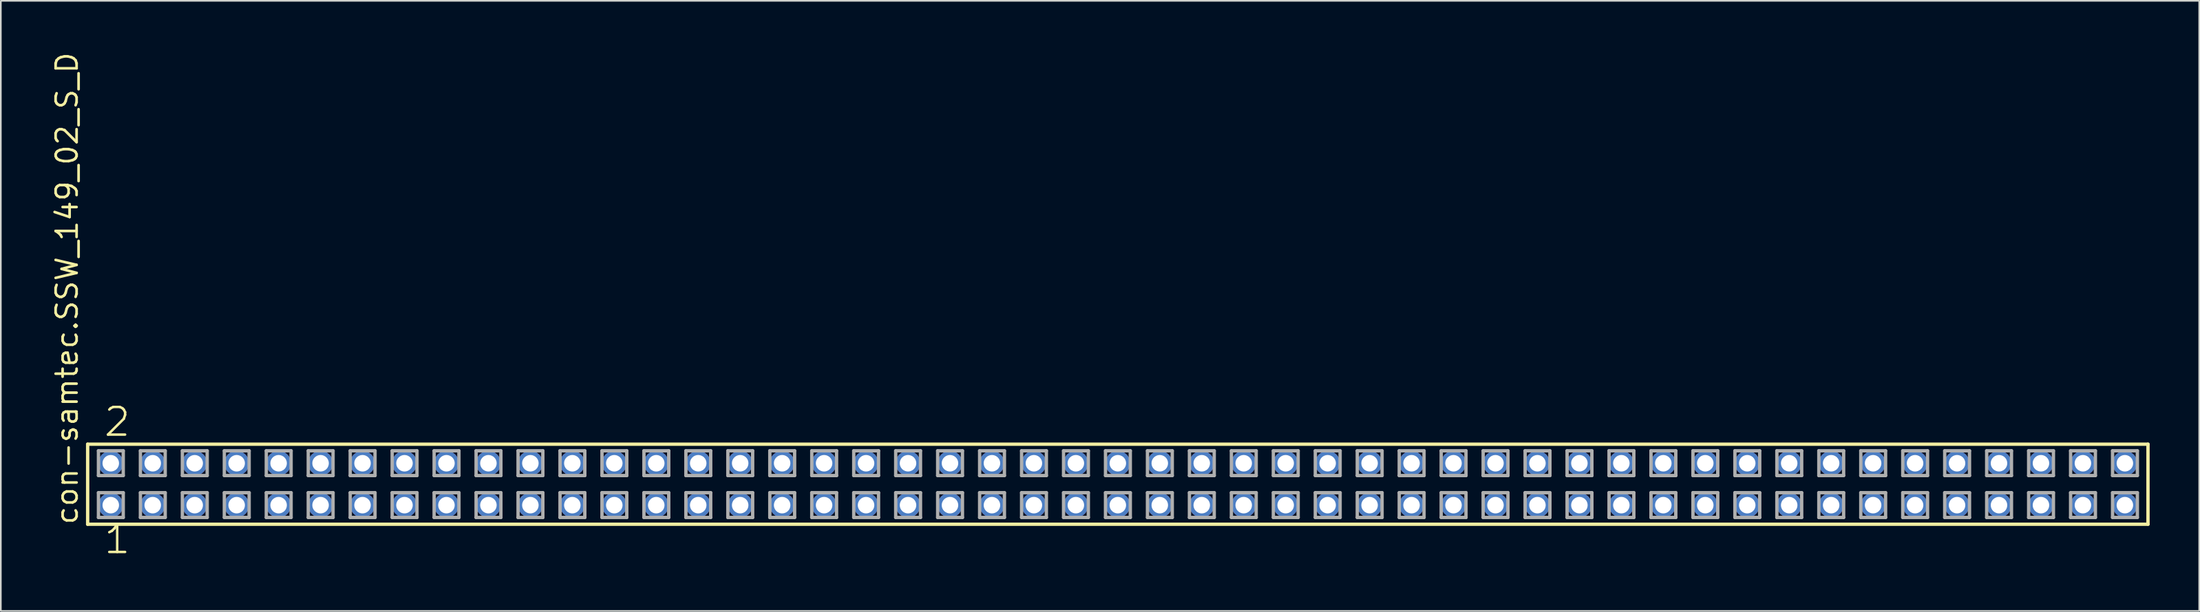
<source format=kicad_pcb>
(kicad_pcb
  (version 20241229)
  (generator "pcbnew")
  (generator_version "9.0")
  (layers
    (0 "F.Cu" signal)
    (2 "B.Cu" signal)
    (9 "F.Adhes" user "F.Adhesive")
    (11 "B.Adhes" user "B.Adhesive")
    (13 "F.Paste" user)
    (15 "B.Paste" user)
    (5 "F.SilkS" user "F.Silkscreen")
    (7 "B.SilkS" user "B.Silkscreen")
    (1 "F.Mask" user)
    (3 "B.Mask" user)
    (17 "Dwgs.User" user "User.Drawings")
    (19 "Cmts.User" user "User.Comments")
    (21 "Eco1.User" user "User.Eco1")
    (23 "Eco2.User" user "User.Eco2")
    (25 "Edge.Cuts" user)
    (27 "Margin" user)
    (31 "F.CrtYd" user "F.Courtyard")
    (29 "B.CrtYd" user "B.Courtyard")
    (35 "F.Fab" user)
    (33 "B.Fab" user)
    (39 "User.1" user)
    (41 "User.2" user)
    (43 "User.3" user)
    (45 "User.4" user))
  (footprint "con-samtec.SSW_149_02_S_D"
    (layer "F.Cu")
    (at 64.615 26.291)
    (property "Reference" "con-samtec.SSW_149_02_S_D" (at -62.865 2.54 90) (layer "F.SilkS") (effects (font (size 1.27 1.27) (thickness 0.16)) (justify left bottom)))
    (attr through_hole)
    (fp_line (start -62.359 -2.425) (end 62.359 -2.425) (stroke (width 0.203) (type default)) (layer "F.SilkS"))
    (fp_line (start -62.359 2.425) (end -62.359 -2.425) (stroke (width 0.203) (type default)) (layer "F.SilkS"))
    (fp_line (start 62.359 -2.425) (end 62.359 2.425) (stroke (width 0.203) (type default)) (layer "F.SilkS"))
    (fp_line (start 62.359 2.425) (end -62.359 2.425) (stroke (width 0.203) (type default)) (layer "F.SilkS"))
    (fp_line (start -61.705 -2.025) (end -60.205 -2.025) (stroke (width 0.203) (type default)) (layer "F.Fab"))
    (fp_line (start -61.705 -0.525) (end -61.705 -2.025) (stroke (width 0.203) (type default)) (layer "F.Fab"))
    (fp_line (start -61.705 0.515) (end -60.205 0.515) (stroke (width 0.203) (type default)) (layer "F.Fab"))
    (fp_line (start -61.705 2.015) (end -61.705 0.515) (stroke (width 0.203) (type default)) (layer "F.Fab"))
    (fp_line (start -60.205 -2.025) (end -60.205 -0.525) (stroke (width 0.203) (type default)) (layer "F.Fab"))
    (fp_line (start -60.205 -0.525) (end -61.705 -0.525) (stroke (width 0.203) (type default)) (layer "F.Fab"))
    (fp_line (start -60.205 0.515) (end -60.205 2.015) (stroke (width 0.203) (type default)) (layer "F.Fab"))
    (fp_line (start -60.205 2.015) (end -61.705 2.015) (stroke (width 0.203) (type default)) (layer "F.Fab"))
    (fp_line (start -59.165 -2.025) (end -57.665 -2.025) (stroke (width 0.203) (type default)) (layer "F.Fab"))
    (fp_line (start -59.165 -0.525) (end -59.165 -2.025) (stroke (width 0.203) (type default)) (layer "F.Fab"))
    (fp_line (start -59.165 0.515) (end -57.665 0.515) (stroke (width 0.203) (type default)) (layer "F.Fab"))
    (fp_line (start -59.165 2.015) (end -59.165 0.515) (stroke (width 0.203) (type default)) (layer "F.Fab"))
    (fp_line (start -57.665 -2.025) (end -57.665 -0.525) (stroke (width 0.203) (type default)) (layer "F.Fab"))
    (fp_line (start -57.665 -0.525) (end -59.165 -0.525) (stroke (width 0.203) (type default)) (layer "F.Fab"))
    (fp_line (start -57.665 0.515) (end -57.665 2.015) (stroke (width 0.203) (type default)) (layer "F.Fab"))
    (fp_line (start -57.665 2.015) (end -59.165 2.015) (stroke (width 0.203) (type default)) (layer "F.Fab"))
    (fp_line (start -56.625 -2.025) (end -55.125 -2.025) (stroke (width 0.203) (type default)) (layer "F.Fab"))
    (fp_line (start -56.625 -0.525) (end -56.625 -2.025) (stroke (width 0.203) (type default)) (layer "F.Fab"))
    (fp_line (start -56.625 0.515) (end -55.125 0.515) (stroke (width 0.203) (type default)) (layer "F.Fab"))
    (fp_line (start -56.625 2.015) (end -56.625 0.515) (stroke (width 0.203) (type default)) (layer "F.Fab"))
    (fp_line (start -55.125 -2.025) (end -55.125 -0.525) (stroke (width 0.203) (type default)) (layer "F.Fab"))
    (fp_line (start -55.125 -0.525) (end -56.625 -0.525) (stroke (width 0.203) (type default)) (layer "F.Fab"))
    (fp_line (start -55.125 0.515) (end -55.125 2.015) (stroke (width 0.203) (type default)) (layer "F.Fab"))
    (fp_line (start -55.125 2.015) (end -56.625 2.015) (stroke (width 0.203) (type default)) (layer "F.Fab"))
    (fp_line (start -54.085 -2.025) (end -52.585 -2.025) (stroke (width 0.203) (type default)) (layer "F.Fab"))
    (fp_line (start -54.085 -0.525) (end -54.085 -2.025) (stroke (width 0.203) (type default)) (layer "F.Fab"))
    (fp_line (start -54.085 0.515) (end -52.585 0.515) (stroke (width 0.203) (type default)) (layer "F.Fab"))
    (fp_line (start -54.085 2.015) (end -54.085 0.515) (stroke (width 0.203) (type default)) (layer "F.Fab"))
    (fp_line (start -52.585 -2.025) (end -52.585 -0.525) (stroke (width 0.203) (type default)) (layer "F.Fab"))
    (fp_line (start -52.585 -0.525) (end -54.085 -0.525) (stroke (width 0.203) (type default)) (layer "F.Fab"))
    (fp_line (start -52.585 0.515) (end -52.585 2.015) (stroke (width 0.203) (type default)) (layer "F.Fab"))
    (fp_line (start -52.585 2.015) (end -54.085 2.015) (stroke (width 0.203) (type default)) (layer "F.Fab"))
    (fp_line (start -51.545 -2.025) (end -50.045 -2.025) (stroke (width 0.203) (type default)) (layer "F.Fab"))
    (fp_line (start -51.545 -0.525) (end -51.545 -2.025) (stroke (width 0.203) (type default)) (layer "F.Fab"))
    (fp_line (start -51.545 0.515) (end -50.045 0.515) (stroke (width 0.203) (type default)) (layer "F.Fab"))
    (fp_line (start -51.545 2.015) (end -51.545 0.515) (stroke (width 0.203) (type default)) (layer "F.Fab"))
    (fp_line (start -50.045 -2.025) (end -50.045 -0.525) (stroke (width 0.203) (type default)) (layer "F.Fab"))
    (fp_line (start -50.045 -0.525) (end -51.545 -0.525) (stroke (width 0.203) (type default)) (layer "F.Fab"))
    (fp_line (start -50.045 0.515) (end -50.045 2.015) (stroke (width 0.203) (type default)) (layer "F.Fab"))
    (fp_line (start -50.045 2.015) (end -51.545 2.015) (stroke (width 0.203) (type default)) (layer "F.Fab"))
    (fp_line (start -49.005 -2.025) (end -47.505 -2.025) (stroke (width 0.203) (type default)) (layer "F.Fab"))
    (fp_line (start -49.005 -0.525) (end -49.005 -2.025) (stroke (width 0.203) (type default)) (layer "F.Fab"))
    (fp_line (start -49.005 0.515) (end -47.505 0.515) (stroke (width 0.203) (type default)) (layer "F.Fab"))
    (fp_line (start -49.005 2.015) (end -49.005 0.515) (stroke (width 0.203) (type default)) (layer "F.Fab"))
    (fp_line (start -47.505 -2.025) (end -47.505 -0.525) (stroke (width 0.203) (type default)) (layer "F.Fab"))
    (fp_line (start -47.505 -0.525) (end -49.005 -0.525) (stroke (width 0.203) (type default)) (layer "F.Fab"))
    (fp_line (start -47.505 0.515) (end -47.505 2.015) (stroke (width 0.203) (type default)) (layer "F.Fab"))
    (fp_line (start -47.505 2.015) (end -49.005 2.015) (stroke (width 0.203) (type default)) (layer "F.Fab"))
    (fp_line (start -46.465 -2.025) (end -44.965 -2.025) (stroke (width 0.203) (type default)) (layer "F.Fab"))
    (fp_line (start -46.465 -0.525) (end -46.465 -2.025) (stroke (width 0.203) (type default)) (layer "F.Fab"))
    (fp_line (start -46.465 0.515) (end -44.965 0.515) (stroke (width 0.203) (type default)) (layer "F.Fab"))
    (fp_line (start -46.465 2.015) (end -46.465 0.515) (stroke (width 0.203) (type default)) (layer "F.Fab"))
    (fp_line (start -44.965 -2.025) (end -44.965 -0.525) (stroke (width 0.203) (type default)) (layer "F.Fab"))
    (fp_line (start -44.965 -0.525) (end -46.465 -0.525) (stroke (width 0.203) (type default)) (layer "F.Fab"))
    (fp_line (start -44.965 0.515) (end -44.965 2.015) (stroke (width 0.203) (type default)) (layer "F.Fab"))
    (fp_line (start -44.965 2.015) (end -46.465 2.015) (stroke (width 0.203) (type default)) (layer "F.Fab"))
    (fp_line (start -43.925 -2.025) (end -42.425 -2.025) (stroke (width 0.203) (type default)) (layer "F.Fab"))
    (fp_line (start -43.925 -0.525) (end -43.925 -2.025) (stroke (width 0.203) (type default)) (layer "F.Fab"))
    (fp_line (start -43.925 0.515) (end -42.425 0.515) (stroke (width 0.203) (type default)) (layer "F.Fab"))
    (fp_line (start -43.925 2.015) (end -43.925 0.515) (stroke (width 0.203) (type default)) (layer "F.Fab"))
    (fp_line (start -42.425 -2.025) (end -42.425 -0.525) (stroke (width 0.203) (type default)) (layer "F.Fab"))
    (fp_line (start -42.425 -0.525) (end -43.925 -0.525) (stroke (width 0.203) (type default)) (layer "F.Fab"))
    (fp_line (start -42.425 0.515) (end -42.425 2.015) (stroke (width 0.203) (type default)) (layer "F.Fab"))
    (fp_line (start -42.425 2.015) (end -43.925 2.015) (stroke (width 0.203) (type default)) (layer "F.Fab"))
    (fp_line (start -41.385 -2.025) (end -39.885 -2.025) (stroke (width 0.203) (type default)) (layer "F.Fab"))
    (fp_line (start -41.385 -0.525) (end -41.385 -2.025) (stroke (width 0.203) (type default)) (layer "F.Fab"))
    (fp_line (start -41.385 0.515) (end -39.885 0.515) (stroke (width 0.203) (type default)) (layer "F.Fab"))
    (fp_line (start -41.385 2.015) (end -41.385 0.515) (stroke (width 0.203) (type default)) (layer "F.Fab"))
    (fp_line (start -39.885 -2.025) (end -39.885 -0.525) (stroke (width 0.203) (type default)) (layer "F.Fab"))
    (fp_line (start -39.885 -0.525) (end -41.385 -0.525) (stroke (width 0.203) (type default)) (layer "F.Fab"))
    (fp_line (start -39.885 0.515) (end -39.885 2.015) (stroke (width 0.203) (type default)) (layer "F.Fab"))
    (fp_line (start -39.885 2.015) (end -41.385 2.015) (stroke (width 0.203) (type default)) (layer "F.Fab"))
    (fp_line (start -38.845 -2.025) (end -37.345 -2.025) (stroke (width 0.203) (type default)) (layer "F.Fab"))
    (fp_line (start -38.845 -0.525) (end -38.845 -2.025) (stroke (width 0.203) (type default)) (layer "F.Fab"))
    (fp_line (start -38.845 0.515) (end -37.345 0.515) (stroke (width 0.203) (type default)) (layer "F.Fab"))
    (fp_line (start -38.845 2.015) (end -38.845 0.515) (stroke (width 0.203) (type default)) (layer "F.Fab"))
    (fp_line (start -37.345 -2.025) (end -37.345 -0.525) (stroke (width 0.203) (type default)) (layer "F.Fab"))
    (fp_line (start -37.345 -0.525) (end -38.845 -0.525) (stroke (width 0.203) (type default)) (layer "F.Fab"))
    (fp_line (start -37.345 0.515) (end -37.345 2.015) (stroke (width 0.203) (type default)) (layer "F.Fab"))
    (fp_line (start -37.345 2.015) (end -38.845 2.015) (stroke (width 0.203) (type default)) (layer "F.Fab"))
    (fp_line (start -36.305 -2.025) (end -34.805 -2.025) (stroke (width 0.203) (type default)) (layer "F.Fab"))
    (fp_line (start -36.305 -0.525) (end -36.305 -2.025) (stroke (width 0.203) (type default)) (layer "F.Fab"))
    (fp_line (start -36.305 0.515) (end -34.805 0.515) (stroke (width 0.203) (type default)) (layer "F.Fab"))
    (fp_line (start -36.305 2.015) (end -36.305 0.515) (stroke (width 0.203) (type default)) (layer "F.Fab"))
    (fp_line (start -34.805 -2.025) (end -34.805 -0.525) (stroke (width 0.203) (type default)) (layer "F.Fab"))
    (fp_line (start -34.805 -0.525) (end -36.305 -0.525) (stroke (width 0.203) (type default)) (layer "F.Fab"))
    (fp_line (start -34.805 0.515) (end -34.805 2.015) (stroke (width 0.203) (type default)) (layer "F.Fab"))
    (fp_line (start -34.805 2.015) (end -36.305 2.015) (stroke (width 0.203) (type default)) (layer "F.Fab"))
    (fp_line (start -33.765 -2.025) (end -32.265 -2.025) (stroke (width 0.203) (type default)) (layer "F.Fab"))
    (fp_line (start -33.765 -0.525) (end -33.765 -2.025) (stroke (width 0.203) (type default)) (layer "F.Fab"))
    (fp_line (start -33.765 0.515) (end -32.265 0.515) (stroke (width 0.203) (type default)) (layer "F.Fab"))
    (fp_line (start -33.765 2.015) (end -33.765 0.515) (stroke (width 0.203) (type default)) (layer "F.Fab"))
    (fp_line (start -32.265 -2.025) (end -32.265 -0.525) (stroke (width 0.203) (type default)) (layer "F.Fab"))
    (fp_line (start -32.265 -0.525) (end -33.765 -0.525) (stroke (width 0.203) (type default)) (layer "F.Fab"))
    (fp_line (start -32.265 0.515) (end -32.265 2.015) (stroke (width 0.203) (type default)) (layer "F.Fab"))
    (fp_line (start -32.265 2.015) (end -33.765 2.015) (stroke (width 0.203) (type default)) (layer "F.Fab"))
    (fp_line (start -31.225 -2.025) (end -29.725 -2.025) (stroke (width 0.203) (type default)) (layer "F.Fab"))
    (fp_line (start -31.225 -0.525) (end -31.225 -2.025) (stroke (width 0.203) (type default)) (layer "F.Fab"))
    (fp_line (start -31.225 0.515) (end -29.725 0.515) (stroke (width 0.203) (type default)) (layer "F.Fab"))
    (fp_line (start -31.225 2.015) (end -31.225 0.515) (stroke (width 0.203) (type default)) (layer "F.Fab"))
    (fp_line (start -29.725 -2.025) (end -29.725 -0.525) (stroke (width 0.203) (type default)) (layer "F.Fab"))
    (fp_line (start -29.725 -0.525) (end -31.225 -0.525) (stroke (width 0.203) (type default)) (layer "F.Fab"))
    (fp_line (start -29.725 0.515) (end -29.725 2.015) (stroke (width 0.203) (type default)) (layer "F.Fab"))
    (fp_line (start -29.725 2.015) (end -31.225 2.015) (stroke (width 0.203) (type default)) (layer "F.Fab"))
    (fp_line (start -28.685 -2.025) (end -27.185 -2.025) (stroke (width 0.203) (type default)) (layer "F.Fab"))
    (fp_line (start -28.685 -0.525) (end -28.685 -2.025) (stroke (width 0.203) (type default)) (layer "F.Fab"))
    (fp_line (start -28.685 0.515) (end -27.185 0.515) (stroke (width 0.203) (type default)) (layer "F.Fab"))
    (fp_line (start -28.685 2.015) (end -28.685 0.515) (stroke (width 0.203) (type default)) (layer "F.Fab"))
    (fp_line (start -27.185 -2.025) (end -27.185 -0.525) (stroke (width 0.203) (type default)) (layer "F.Fab"))
    (fp_line (start -27.185 -0.525) (end -28.685 -0.525) (stroke (width 0.203) (type default)) (layer "F.Fab"))
    (fp_line (start -27.185 0.515) (end -27.185 2.015) (stroke (width 0.203) (type default)) (layer "F.Fab"))
    (fp_line (start -27.185 2.015) (end -28.685 2.015) (stroke (width 0.203) (type default)) (layer "F.Fab"))
    (fp_line (start -26.145 -2.025) (end -24.645 -2.025) (stroke (width 0.203) (type default)) (layer "F.Fab"))
    (fp_line (start -26.145 -0.525) (end -26.145 -2.025) (stroke (width 0.203) (type default)) (layer "F.Fab"))
    (fp_line (start -26.145 0.515) (end -24.645 0.515) (stroke (width 0.203) (type default)) (layer "F.Fab"))
    (fp_line (start -26.145 2.015) (end -26.145 0.515) (stroke (width 0.203) (type default)) (layer "F.Fab"))
    (fp_line (start -24.645 -2.025) (end -24.645 -0.525) (stroke (width 0.203) (type default)) (layer "F.Fab"))
    (fp_line (start -24.645 -0.525) (end -26.145 -0.525) (stroke (width 0.203) (type default)) (layer "F.Fab"))
    (fp_line (start -24.645 0.515) (end -24.645 2.015) (stroke (width 0.203) (type default)) (layer "F.Fab"))
    (fp_line (start -24.645 2.015) (end -26.145 2.015) (stroke (width 0.203) (type default)) (layer "F.Fab"))
    (fp_line (start -23.605 -2.025) (end -22.105 -2.025) (stroke (width 0.203) (type default)) (layer "F.Fab"))
    (fp_line (start -23.605 -0.525) (end -23.605 -2.025) (stroke (width 0.203) (type default)) (layer "F.Fab"))
    (fp_line (start -23.605 0.515) (end -22.105 0.515) (stroke (width 0.203) (type default)) (layer "F.Fab"))
    (fp_line (start -23.605 2.015) (end -23.605 0.515) (stroke (width 0.203) (type default)) (layer "F.Fab"))
    (fp_line (start -22.105 -2.025) (end -22.105 -0.525) (stroke (width 0.203) (type default)) (layer "F.Fab"))
    (fp_line (start -22.105 -0.525) (end -23.605 -0.525) (stroke (width 0.203) (type default)) (layer "F.Fab"))
    (fp_line (start -22.105 0.515) (end -22.105 2.015) (stroke (width 0.203) (type default)) (layer "F.Fab"))
    (fp_line (start -22.105 2.015) (end -23.605 2.015) (stroke (width 0.203) (type default)) (layer "F.Fab"))
    (fp_line (start -21.065 -2.025) (end -19.565 -2.025) (stroke (width 0.203) (type default)) (layer "F.Fab"))
    (fp_line (start -21.065 -0.525) (end -21.065 -2.025) (stroke (width 0.203) (type default)) (layer "F.Fab"))
    (fp_line (start -21.065 0.515) (end -19.565 0.515) (stroke (width 0.203) (type default)) (layer "F.Fab"))
    (fp_line (start -21.065 2.015) (end -21.065 0.515) (stroke (width 0.203) (type default)) (layer "F.Fab"))
    (fp_line (start -19.565 -2.025) (end -19.565 -0.525) (stroke (width 0.203) (type default)) (layer "F.Fab"))
    (fp_line (start -19.565 -0.525) (end -21.065 -0.525) (stroke (width 0.203) (type default)) (layer "F.Fab"))
    (fp_line (start -19.565 0.515) (end -19.565 2.015) (stroke (width 0.203) (type default)) (layer "F.Fab"))
    (fp_line (start -19.565 2.015) (end -21.065 2.015) (stroke (width 0.203) (type default)) (layer "F.Fab"))
    (fp_line (start -18.525 -2.025) (end -17.025 -2.025) (stroke (width 0.203) (type default)) (layer "F.Fab"))
    (fp_line (start -18.525 -0.525) (end -18.525 -2.025) (stroke (width 0.203) (type default)) (layer "F.Fab"))
    (fp_line (start -18.525 0.515) (end -17.025 0.515) (stroke (width 0.203) (type default)) (layer "F.Fab"))
    (fp_line (start -18.525 2.015) (end -18.525 0.515) (stroke (width 0.203) (type default)) (layer "F.Fab"))
    (fp_line (start -17.025 -2.025) (end -17.025 -0.525) (stroke (width 0.203) (type default)) (layer "F.Fab"))
    (fp_line (start -17.025 -0.525) (end -18.525 -0.525) (stroke (width 0.203) (type default)) (layer "F.Fab"))
    (fp_line (start -17.025 0.515) (end -17.025 2.015) (stroke (width 0.203) (type default)) (layer "F.Fab"))
    (fp_line (start -17.025 2.015) (end -18.525 2.015) (stroke (width 0.203) (type default)) (layer "F.Fab"))
    (fp_line (start -15.985 -2.025) (end -14.485 -2.025) (stroke (width 0.203) (type default)) (layer "F.Fab"))
    (fp_line (start -15.985 -0.525) (end -15.985 -2.025) (stroke (width 0.203) (type default)) (layer "F.Fab"))
    (fp_line (start -15.985 0.515) (end -14.485 0.515) (stroke (width 0.203) (type default)) (layer "F.Fab"))
    (fp_line (start -15.985 2.015) (end -15.985 0.515) (stroke (width 0.203) (type default)) (layer "F.Fab"))
    (fp_line (start -14.485 -2.025) (end -14.485 -0.525) (stroke (width 0.203) (type default)) (layer "F.Fab"))
    (fp_line (start -14.485 -0.525) (end -15.985 -0.525) (stroke (width 0.203) (type default)) (layer "F.Fab"))
    (fp_line (start -14.485 0.515) (end -14.485 2.015) (stroke (width 0.203) (type default)) (layer "F.Fab"))
    (fp_line (start -14.485 2.015) (end -15.985 2.015) (stroke (width 0.203) (type default)) (layer "F.Fab"))
    (fp_line (start -13.445 -2.025) (end -11.945 -2.025) (stroke (width 0.203) (type default)) (layer "F.Fab"))
    (fp_line (start -13.445 -0.525) (end -13.445 -2.025) (stroke (width 0.203) (type default)) (layer "F.Fab"))
    (fp_line (start -13.445 0.515) (end -11.945 0.515) (stroke (width 0.203) (type default)) (layer "F.Fab"))
    (fp_line (start -13.445 2.015) (end -13.445 0.515) (stroke (width 0.203) (type default)) (layer "F.Fab"))
    (fp_line (start -11.945 -2.025) (end -11.945 -0.525) (stroke (width 0.203) (type default)) (layer "F.Fab"))
    (fp_line (start -11.945 -0.525) (end -13.445 -0.525) (stroke (width 0.203) (type default)) (layer "F.Fab"))
    (fp_line (start -11.945 0.515) (end -11.945 2.015) (stroke (width 0.203) (type default)) (layer "F.Fab"))
    (fp_line (start -11.945 2.015) (end -13.445 2.015) (stroke (width 0.203) (type default)) (layer "F.Fab"))
    (fp_line (start -10.905 -2.025) (end -9.405 -2.025) (stroke (width 0.203) (type default)) (layer "F.Fab"))
    (fp_line (start -10.905 -0.525) (end -10.905 -2.025) (stroke (width 0.203) (type default)) (layer "F.Fab"))
    (fp_line (start -10.905 0.515) (end -9.405 0.515) (stroke (width 0.203) (type default)) (layer "F.Fab"))
    (fp_line (start -10.905 2.015) (end -10.905 0.515) (stroke (width 0.203) (type default)) (layer "F.Fab"))
    (fp_line (start -9.405 -2.025) (end -9.405 -0.525) (stroke (width 0.203) (type default)) (layer "F.Fab"))
    (fp_line (start -9.405 -0.525) (end -10.905 -0.525) (stroke (width 0.203) (type default)) (layer "F.Fab"))
    (fp_line (start -9.405 0.515) (end -9.405 2.015) (stroke (width 0.203) (type default)) (layer "F.Fab"))
    (fp_line (start -9.405 2.015) (end -10.905 2.015) (stroke (width 0.203) (type default)) (layer "F.Fab"))
    (fp_line (start -8.365 -2.025) (end -6.865 -2.025) (stroke (width 0.203) (type default)) (layer "F.Fab"))
    (fp_line (start -8.365 -0.525) (end -8.365 -2.025) (stroke (width 0.203) (type default)) (layer "F.Fab"))
    (fp_line (start -8.365 0.515) (end -6.865 0.515) (stroke (width 0.203) (type default)) (layer "F.Fab"))
    (fp_line (start -8.365 2.015) (end -8.365 0.515) (stroke (width 0.203) (type default)) (layer "F.Fab"))
    (fp_line (start -6.865 -2.025) (end -6.865 -0.525) (stroke (width 0.203) (type default)) (layer "F.Fab"))
    (fp_line (start -6.865 -0.525) (end -8.365 -0.525) (stroke (width 0.203) (type default)) (layer "F.Fab"))
    (fp_line (start -6.865 0.515) (end -6.865 2.015) (stroke (width 0.203) (type default)) (layer "F.Fab"))
    (fp_line (start -6.865 2.015) (end -8.365 2.015) (stroke (width 0.203) (type default)) (layer "F.Fab"))
    (fp_line (start -5.825 -2.025) (end -4.325 -2.025) (stroke (width 0.203) (type default)) (layer "F.Fab"))
    (fp_line (start -5.825 -0.525) (end -5.825 -2.025) (stroke (width 0.203) (type default)) (layer "F.Fab"))
    (fp_line (start -5.825 0.515) (end -4.325 0.515) (stroke (width 0.203) (type default)) (layer "F.Fab"))
    (fp_line (start -5.825 2.015) (end -5.825 0.515) (stroke (width 0.203) (type default)) (layer "F.Fab"))
    (fp_line (start -4.325 -2.025) (end -4.325 -0.525) (stroke (width 0.203) (type default)) (layer "F.Fab"))
    (fp_line (start -4.325 -0.525) (end -5.825 -0.525) (stroke (width 0.203) (type default)) (layer "F.Fab"))
    (fp_line (start -4.325 0.515) (end -4.325 2.015) (stroke (width 0.203) (type default)) (layer "F.Fab"))
    (fp_line (start -4.325 2.015) (end -5.825 2.015) (stroke (width 0.203) (type default)) (layer "F.Fab"))
    (fp_line (start -3.285 -2.025) (end -1.785 -2.025) (stroke (width 0.203) (type default)) (layer "F.Fab"))
    (fp_line (start -3.285 -0.525) (end -3.285 -2.025) (stroke (width 0.203) (type default)) (layer "F.Fab"))
    (fp_line (start -3.285 0.515) (end -1.785 0.515) (stroke (width 0.203) (type default)) (layer "F.Fab"))
    (fp_line (start -3.285 2.015) (end -3.285 0.515) (stroke (width 0.203) (type default)) (layer "F.Fab"))
    (fp_line (start -1.785 -2.025) (end -1.785 -0.525) (stroke (width 0.203) (type default)) (layer "F.Fab"))
    (fp_line (start -1.785 -0.525) (end -3.285 -0.525) (stroke (width 0.203) (type default)) (layer "F.Fab"))
    (fp_line (start -1.785 0.515) (end -1.785 2.015) (stroke (width 0.203) (type default)) (layer "F.Fab"))
    (fp_line (start -1.785 2.015) (end -3.285 2.015) (stroke (width 0.203) (type default)) (layer "F.Fab"))
    (fp_line (start -0.745 -2.025) (end 0.755 -2.025) (stroke (width 0.203) (type default)) (layer "F.Fab"))
    (fp_line (start -0.745 -0.525) (end -0.745 -2.025) (stroke (width 0.203) (type default)) (layer "F.Fab"))
    (fp_line (start -0.745 0.515) (end 0.755 0.515) (stroke (width 0.203) (type default)) (layer "F.Fab"))
    (fp_line (start -0.745 2.015) (end -0.745 0.515) (stroke (width 0.203) (type default)) (layer "F.Fab"))
    (fp_line (start 0.755 -2.025) (end 0.755 -0.525) (stroke (width 0.203) (type default)) (layer "F.Fab"))
    (fp_line (start 0.755 -0.525) (end -0.745 -0.525) (stroke (width 0.203) (type default)) (layer "F.Fab"))
    (fp_line (start 0.755 0.515) (end 0.755 2.015) (stroke (width 0.203) (type default)) (layer "F.Fab"))
    (fp_line (start 0.755 2.015) (end -0.745 2.015) (stroke (width 0.203) (type default)) (layer "F.Fab"))
    (fp_line (start 1.795 -2.025) (end 3.295 -2.025) (stroke (width 0.203) (type default)) (layer "F.Fab"))
    (fp_line (start 1.795 -0.525) (end 1.795 -2.025) (stroke (width 0.203) (type default)) (layer "F.Fab"))
    (fp_line (start 1.795 0.515) (end 3.295 0.515) (stroke (width 0.203) (type default)) (layer "F.Fab"))
    (fp_line (start 1.795 2.015) (end 1.795 0.515) (stroke (width 0.203) (type default)) (layer "F.Fab"))
    (fp_line (start 3.295 -2.025) (end 3.295 -0.525) (stroke (width 0.203) (type default)) (layer "F.Fab"))
    (fp_line (start 3.295 -0.525) (end 1.795 -0.525) (stroke (width 0.203) (type default)) (layer "F.Fab"))
    (fp_line (start 3.295 0.515) (end 3.295 2.015) (stroke (width 0.203) (type default)) (layer "F.Fab"))
    (fp_line (start 3.295 2.015) (end 1.795 2.015) (stroke (width 0.203) (type default)) (layer "F.Fab"))
    (fp_line (start 4.335 -2.025) (end 5.835 -2.025) (stroke (width 0.203) (type default)) (layer "F.Fab"))
    (fp_line (start 4.335 -0.525) (end 4.335 -2.025) (stroke (width 0.203) (type default)) (layer "F.Fab"))
    (fp_line (start 4.335 0.515) (end 5.835 0.515) (stroke (width 0.203) (type default)) (layer "F.Fab"))
    (fp_line (start 4.335 2.015) (end 4.335 0.515) (stroke (width 0.203) (type default)) (layer "F.Fab"))
    (fp_line (start 5.835 -2.025) (end 5.835 -0.525) (stroke (width 0.203) (type default)) (layer "F.Fab"))
    (fp_line (start 5.835 -0.525) (end 4.335 -0.525) (stroke (width 0.203) (type default)) (layer "F.Fab"))
    (fp_line (start 5.835 0.515) (end 5.835 2.015) (stroke (width 0.203) (type default)) (layer "F.Fab"))
    (fp_line (start 5.835 2.015) (end 4.335 2.015) (stroke (width 0.203) (type default)) (layer "F.Fab"))
    (fp_line (start 6.875 -2.025) (end 8.375 -2.025) (stroke (width 0.203) (type default)) (layer "F.Fab"))
    (fp_line (start 6.875 -0.525) (end 6.875 -2.025) (stroke (width 0.203) (type default)) (layer "F.Fab"))
    (fp_line (start 6.875 0.515) (end 8.375 0.515) (stroke (width 0.203) (type default)) (layer "F.Fab"))
    (fp_line (start 6.875 2.015) (end 6.875 0.515) (stroke (width 0.203) (type default)) (layer "F.Fab"))
    (fp_line (start 8.375 -2.025) (end 8.375 -0.525) (stroke (width 0.203) (type default)) (layer "F.Fab"))
    (fp_line (start 8.375 -0.525) (end 6.875 -0.525) (stroke (width 0.203) (type default)) (layer "F.Fab"))
    (fp_line (start 8.375 0.515) (end 8.375 2.015) (stroke (width 0.203) (type default)) (layer "F.Fab"))
    (fp_line (start 8.375 2.015) (end 6.875 2.015) (stroke (width 0.203) (type default)) (layer "F.Fab"))
    (fp_line (start 9.415 -2.025) (end 10.915 -2.025) (stroke (width 0.203) (type default)) (layer "F.Fab"))
    (fp_line (start 9.415 -0.525) (end 9.415 -2.025) (stroke (width 0.203) (type default)) (layer "F.Fab"))
    (fp_line (start 9.415 0.515) (end 10.915 0.515) (stroke (width 0.203) (type default)) (layer "F.Fab"))
    (fp_line (start 9.415 2.015) (end 9.415 0.515) (stroke (width 0.203) (type default)) (layer "F.Fab"))
    (fp_line (start 10.915 -2.025) (end 10.915 -0.525) (stroke (width 0.203) (type default)) (layer "F.Fab"))
    (fp_line (start 10.915 -0.525) (end 9.415 -0.525) (stroke (width 0.203) (type default)) (layer "F.Fab"))
    (fp_line (start 10.915 0.515) (end 10.915 2.015) (stroke (width 0.203) (type default)) (layer "F.Fab"))
    (fp_line (start 10.915 2.015) (end 9.415 2.015) (stroke (width 0.203) (type default)) (layer "F.Fab"))
    (fp_line (start 11.955 -2.025) (end 13.455 -2.025) (stroke (width 0.203) (type default)) (layer "F.Fab"))
    (fp_line (start 11.955 -0.525) (end 11.955 -2.025) (stroke (width 0.203) (type default)) (layer "F.Fab"))
    (fp_line (start 11.955 0.515) (end 13.455 0.515) (stroke (width 0.203) (type default)) (layer "F.Fab"))
    (fp_line (start 11.955 2.015) (end 11.955 0.515) (stroke (width 0.203) (type default)) (layer "F.Fab"))
    (fp_line (start 13.455 -2.025) (end 13.455 -0.525) (stroke (width 0.203) (type default)) (layer "F.Fab"))
    (fp_line (start 13.455 -0.525) (end 11.955 -0.525) (stroke (width 0.203) (type default)) (layer "F.Fab"))
    (fp_line (start 13.455 0.515) (end 13.455 2.015) (stroke (width 0.203) (type default)) (layer "F.Fab"))
    (fp_line (start 13.455 2.015) (end 11.955 2.015) (stroke (width 0.203) (type default)) (layer "F.Fab"))
    (fp_line (start 14.495 -2.025) (end 15.995 -2.025) (stroke (width 0.203) (type default)) (layer "F.Fab"))
    (fp_line (start 14.495 -0.525) (end 14.495 -2.025) (stroke (width 0.203) (type default)) (layer "F.Fab"))
    (fp_line (start 14.495 0.515) (end 15.995 0.515) (stroke (width 0.203) (type default)) (layer "F.Fab"))
    (fp_line (start 14.495 2.015) (end 14.495 0.515) (stroke (width 0.203) (type default)) (layer "F.Fab"))
    (fp_line (start 15.995 -2.025) (end 15.995 -0.525) (stroke (width 0.203) (type default)) (layer "F.Fab"))
    (fp_line (start 15.995 -0.525) (end 14.495 -0.525) (stroke (width 0.203) (type default)) (layer "F.Fab"))
    (fp_line (start 15.995 0.515) (end 15.995 2.015) (stroke (width 0.203) (type default)) (layer "F.Fab"))
    (fp_line (start 15.995 2.015) (end 14.495 2.015) (stroke (width 0.203) (type default)) (layer "F.Fab"))
    (fp_line (start 17.035 -2.025) (end 18.535 -2.025) (stroke (width 0.203) (type default)) (layer "F.Fab"))
    (fp_line (start 17.035 -0.525) (end 17.035 -2.025) (stroke (width 0.203) (type default)) (layer "F.Fab"))
    (fp_line (start 17.035 0.515) (end 18.535 0.515) (stroke (width 0.203) (type default)) (layer "F.Fab"))
    (fp_line (start 17.035 2.015) (end 17.035 0.515) (stroke (width 0.203) (type default)) (layer "F.Fab"))
    (fp_line (start 18.535 -2.025) (end 18.535 -0.525) (stroke (width 0.203) (type default)) (layer "F.Fab"))
    (fp_line (start 18.535 -0.525) (end 17.035 -0.525) (stroke (width 0.203) (type default)) (layer "F.Fab"))
    (fp_line (start 18.535 0.515) (end 18.535 2.015) (stroke (width 0.203) (type default)) (layer "F.Fab"))
    (fp_line (start 18.535 2.015) (end 17.035 2.015) (stroke (width 0.203) (type default)) (layer "F.Fab"))
    (fp_line (start 19.575 -2.025) (end 21.075 -2.025) (stroke (width 0.203) (type default)) (layer "F.Fab"))
    (fp_line (start 19.575 -0.525) (end 19.575 -2.025) (stroke (width 0.203) (type default)) (layer "F.Fab"))
    (fp_line (start 19.575 0.515) (end 21.075 0.515) (stroke (width 0.203) (type default)) (layer "F.Fab"))
    (fp_line (start 19.575 2.015) (end 19.575 0.515) (stroke (width 0.203) (type default)) (layer "F.Fab"))
    (fp_line (start 21.075 -2.025) (end 21.075 -0.525) (stroke (width 0.203) (type default)) (layer "F.Fab"))
    (fp_line (start 21.075 -0.525) (end 19.575 -0.525) (stroke (width 0.203) (type default)) (layer "F.Fab"))
    (fp_line (start 21.075 0.515) (end 21.075 2.015) (stroke (width 0.203) (type default)) (layer "F.Fab"))
    (fp_line (start 21.075 2.015) (end 19.575 2.015) (stroke (width 0.203) (type default)) (layer "F.Fab"))
    (fp_line (start 22.115 -2.025) (end 23.615 -2.025) (stroke (width 0.203) (type default)) (layer "F.Fab"))
    (fp_line (start 22.115 -0.525) (end 22.115 -2.025) (stroke (width 0.203) (type default)) (layer "F.Fab"))
    (fp_line (start 22.115 0.515) (end 23.615 0.515) (stroke (width 0.203) (type default)) (layer "F.Fab"))
    (fp_line (start 22.115 2.015) (end 22.115 0.515) (stroke (width 0.203) (type default)) (layer "F.Fab"))
    (fp_line (start 23.615 -2.025) (end 23.615 -0.525) (stroke (width 0.203) (type default)) (layer "F.Fab"))
    (fp_line (start 23.615 -0.525) (end 22.115 -0.525) (stroke (width 0.203) (type default)) (layer "F.Fab"))
    (fp_line (start 23.615 0.515) (end 23.615 2.015) (stroke (width 0.203) (type default)) (layer "F.Fab"))
    (fp_line (start 23.615 2.015) (end 22.115 2.015) (stroke (width 0.203) (type default)) (layer "F.Fab"))
    (fp_line (start 24.655 -2.025) (end 26.155 -2.025) (stroke (width 0.203) (type default)) (layer "F.Fab"))
    (fp_line (start 24.655 -0.525) (end 24.655 -2.025) (stroke (width 0.203) (type default)) (layer "F.Fab"))
    (fp_line (start 24.655 0.515) (end 26.155 0.515) (stroke (width 0.203) (type default)) (layer "F.Fab"))
    (fp_line (start 24.655 2.015) (end 24.655 0.515) (stroke (width 0.203) (type default)) (layer "F.Fab"))
    (fp_line (start 26.155 -2.025) (end 26.155 -0.525) (stroke (width 0.203) (type default)) (layer "F.Fab"))
    (fp_line (start 26.155 -0.525) (end 24.655 -0.525) (stroke (width 0.203) (type default)) (layer "F.Fab"))
    (fp_line (start 26.155 0.515) (end 26.155 2.015) (stroke (width 0.203) (type default)) (layer "F.Fab"))
    (fp_line (start 26.155 2.015) (end 24.655 2.015) (stroke (width 0.203) (type default)) (layer "F.Fab"))
    (fp_line (start 27.195 -2.025) (end 28.695 -2.025) (stroke (width 0.203) (type default)) (layer "F.Fab"))
    (fp_line (start 27.195 -0.525) (end 27.195 -2.025) (stroke (width 0.203) (type default)) (layer "F.Fab"))
    (fp_line (start 27.195 0.515) (end 28.695 0.515) (stroke (width 0.203) (type default)) (layer "F.Fab"))
    (fp_line (start 27.195 2.015) (end 27.195 0.515) (stroke (width 0.203) (type default)) (layer "F.Fab"))
    (fp_line (start 28.695 -2.025) (end 28.695 -0.525) (stroke (width 0.203) (type default)) (layer "F.Fab"))
    (fp_line (start 28.695 -0.525) (end 27.195 -0.525) (stroke (width 0.203) (type default)) (layer "F.Fab"))
    (fp_line (start 28.695 0.515) (end 28.695 2.015) (stroke (width 0.203) (type default)) (layer "F.Fab"))
    (fp_line (start 28.695 2.015) (end 27.195 2.015) (stroke (width 0.203) (type default)) (layer "F.Fab"))
    (fp_line (start 29.735 -2.025) (end 31.235 -2.025) (stroke (width 0.203) (type default)) (layer "F.Fab"))
    (fp_line (start 29.735 -0.525) (end 29.735 -2.025) (stroke (width 0.203) (type default)) (layer "F.Fab"))
    (fp_line (start 29.735 0.515) (end 31.235 0.515) (stroke (width 0.203) (type default)) (layer "F.Fab"))
    (fp_line (start 29.735 2.015) (end 29.735 0.515) (stroke (width 0.203) (type default)) (layer "F.Fab"))
    (fp_line (start 31.235 -2.025) (end 31.235 -0.525) (stroke (width 0.203) (type default)) (layer "F.Fab"))
    (fp_line (start 31.235 -0.525) (end 29.735 -0.525) (stroke (width 0.203) (type default)) (layer "F.Fab"))
    (fp_line (start 31.235 0.515) (end 31.235 2.015) (stroke (width 0.203) (type default)) (layer "F.Fab"))
    (fp_line (start 31.235 2.015) (end 29.735 2.015) (stroke (width 0.203) (type default)) (layer "F.Fab"))
    (fp_line (start 32.275 -2.025) (end 33.775 -2.025) (stroke (width 0.203) (type default)) (layer "F.Fab"))
    (fp_line (start 32.275 -0.525) (end 32.275 -2.025) (stroke (width 0.203) (type default)) (layer "F.Fab"))
    (fp_line (start 32.275 0.515) (end 33.775 0.515) (stroke (width 0.203) (type default)) (layer "F.Fab"))
    (fp_line (start 32.275 2.015) (end 32.275 0.515) (stroke (width 0.203) (type default)) (layer "F.Fab"))
    (fp_line (start 33.775 -2.025) (end 33.775 -0.525) (stroke (width 0.203) (type default)) (layer "F.Fab"))
    (fp_line (start 33.775 -0.525) (end 32.275 -0.525) (stroke (width 0.203) (type default)) (layer "F.Fab"))
    (fp_line (start 33.775 0.515) (end 33.775 2.015) (stroke (width 0.203) (type default)) (layer "F.Fab"))
    (fp_line (start 33.775 2.015) (end 32.275 2.015) (stroke (width 0.203) (type default)) (layer "F.Fab"))
    (fp_line (start 34.815 -2.025) (end 36.315 -2.025) (stroke (width 0.203) (type default)) (layer "F.Fab"))
    (fp_line (start 34.815 -0.525) (end 34.815 -2.025) (stroke (width 0.203) (type default)) (layer "F.Fab"))
    (fp_line (start 34.815 0.515) (end 36.315 0.515) (stroke (width 0.203) (type default)) (layer "F.Fab"))
    (fp_line (start 34.815 2.015) (end 34.815 0.515) (stroke (width 0.203) (type default)) (layer "F.Fab"))
    (fp_line (start 36.315 -2.025) (end 36.315 -0.525) (stroke (width 0.203) (type default)) (layer "F.Fab"))
    (fp_line (start 36.315 -0.525) (end 34.815 -0.525) (stroke (width 0.203) (type default)) (layer "F.Fab"))
    (fp_line (start 36.315 0.515) (end 36.315 2.015) (stroke (width 0.203) (type default)) (layer "F.Fab"))
    (fp_line (start 36.315 2.015) (end 34.815 2.015) (stroke (width 0.203) (type default)) (layer "F.Fab"))
    (fp_line (start 37.355 -2.025) (end 38.855 -2.025) (stroke (width 0.203) (type default)) (layer "F.Fab"))
    (fp_line (start 37.355 -0.525) (end 37.355 -2.025) (stroke (width 0.203) (type default)) (layer "F.Fab"))
    (fp_line (start 37.355 0.515) (end 38.855 0.515) (stroke (width 0.203) (type default)) (layer "F.Fab"))
    (fp_line (start 37.355 2.015) (end 37.355 0.515) (stroke (width 0.203) (type default)) (layer "F.Fab"))
    (fp_line (start 38.855 -2.025) (end 38.855 -0.525) (stroke (width 0.203) (type default)) (layer "F.Fab"))
    (fp_line (start 38.855 -0.525) (end 37.355 -0.525) (stroke (width 0.203) (type default)) (layer "F.Fab"))
    (fp_line (start 38.855 0.515) (end 38.855 2.015) (stroke (width 0.203) (type default)) (layer "F.Fab"))
    (fp_line (start 38.855 2.015) (end 37.355 2.015) (stroke (width 0.203) (type default)) (layer "F.Fab"))
    (fp_line (start 39.895 -2.025) (end 41.395 -2.025) (stroke (width 0.203) (type default)) (layer "F.Fab"))
    (fp_line (start 39.895 -0.525) (end 39.895 -2.025) (stroke (width 0.203) (type default)) (layer "F.Fab"))
    (fp_line (start 39.895 0.515) (end 41.395 0.515) (stroke (width 0.203) (type default)) (layer "F.Fab"))
    (fp_line (start 39.895 2.015) (end 39.895 0.515) (stroke (width 0.203) (type default)) (layer "F.Fab"))
    (fp_line (start 41.395 -2.025) (end 41.395 -0.525) (stroke (width 0.203) (type default)) (layer "F.Fab"))
    (fp_line (start 41.395 -0.525) (end 39.895 -0.525) (stroke (width 0.203) (type default)) (layer "F.Fab"))
    (fp_line (start 41.395 0.515) (end 41.395 2.015) (stroke (width 0.203) (type default)) (layer "F.Fab"))
    (fp_line (start 41.395 2.015) (end 39.895 2.015) (stroke (width 0.203) (type default)) (layer "F.Fab"))
    (fp_line (start 42.435 -2.025) (end 43.935 -2.025) (stroke (width 0.203) (type default)) (layer "F.Fab"))
    (fp_line (start 42.435 -0.525) (end 42.435 -2.025) (stroke (width 0.203) (type default)) (layer "F.Fab"))
    (fp_line (start 42.435 0.515) (end 43.935 0.515) (stroke (width 0.203) (type default)) (layer "F.Fab"))
    (fp_line (start 42.435 2.015) (end 42.435 0.515) (stroke (width 0.203) (type default)) (layer "F.Fab"))
    (fp_line (start 43.935 -2.025) (end 43.935 -0.525) (stroke (width 0.203) (type default)) (layer "F.Fab"))
    (fp_line (start 43.935 -0.525) (end 42.435 -0.525) (stroke (width 0.203) (type default)) (layer "F.Fab"))
    (fp_line (start 43.935 0.515) (end 43.935 2.015) (stroke (width 0.203) (type default)) (layer "F.Fab"))
    (fp_line (start 43.935 2.015) (end 42.435 2.015) (stroke (width 0.203) (type default)) (layer "F.Fab"))
    (fp_line (start 44.975 -2.025) (end 46.475 -2.025) (stroke (width 0.203) (type default)) (layer "F.Fab"))
    (fp_line (start 44.975 -0.525) (end 44.975 -2.025) (stroke (width 0.203) (type default)) (layer "F.Fab"))
    (fp_line (start 44.975 0.515) (end 46.475 0.515) (stroke (width 0.203) (type default)) (layer "F.Fab"))
    (fp_line (start 44.975 2.015) (end 44.975 0.515) (stroke (width 0.203) (type default)) (layer "F.Fab"))
    (fp_line (start 46.475 -2.025) (end 46.475 -0.525) (stroke (width 0.203) (type default)) (layer "F.Fab"))
    (fp_line (start 46.475 -0.525) (end 44.975 -0.525) (stroke (width 0.203) (type default)) (layer "F.Fab"))
    (fp_line (start 46.475 0.515) (end 46.475 2.015) (stroke (width 0.203) (type default)) (layer "F.Fab"))
    (fp_line (start 46.475 2.015) (end 44.975 2.015) (stroke (width 0.203) (type default)) (layer "F.Fab"))
    (fp_line (start 47.515 -2.025) (end 49.015 -2.025) (stroke (width 0.203) (type default)) (layer "F.Fab"))
    (fp_line (start 47.515 -0.525) (end 47.515 -2.025) (stroke (width 0.203) (type default)) (layer "F.Fab"))
    (fp_line (start 47.515 0.515) (end 49.015 0.515) (stroke (width 0.203) (type default)) (layer "F.Fab"))
    (fp_line (start 47.515 2.015) (end 47.515 0.515) (stroke (width 0.203) (type default)) (layer "F.Fab"))
    (fp_line (start 49.015 -2.025) (end 49.015 -0.525) (stroke (width 0.203) (type default)) (layer "F.Fab"))
    (fp_line (start 49.015 -0.525) (end 47.515 -0.525) (stroke (width 0.203) (type default)) (layer "F.Fab"))
    (fp_line (start 49.015 0.515) (end 49.015 2.015) (stroke (width 0.203) (type default)) (layer "F.Fab"))
    (fp_line (start 49.015 2.015) (end 47.515 2.015) (stroke (width 0.203) (type default)) (layer "F.Fab"))
    (fp_line (start 50.055 -2.025) (end 51.555 -2.025) (stroke (width 0.203) (type default)) (layer "F.Fab"))
    (fp_line (start 50.055 -0.525) (end 50.055 -2.025) (stroke (width 0.203) (type default)) (layer "F.Fab"))
    (fp_line (start 50.055 0.515) (end 51.555 0.515) (stroke (width 0.203) (type default)) (layer "F.Fab"))
    (fp_line (start 50.055 2.015) (end 50.055 0.515) (stroke (width 0.203) (type default)) (layer "F.Fab"))
    (fp_line (start 51.555 -2.025) (end 51.555 -0.525) (stroke (width 0.203) (type default)) (layer "F.Fab"))
    (fp_line (start 51.555 -0.525) (end 50.055 -0.525) (stroke (width 0.203) (type default)) (layer "F.Fab"))
    (fp_line (start 51.555 0.515) (end 51.555 2.015) (stroke (width 0.203) (type default)) (layer "F.Fab"))
    (fp_line (start 51.555 2.015) (end 50.055 2.015) (stroke (width 0.203) (type default)) (layer "F.Fab"))
    (fp_line (start 52.595 -2.025) (end 54.095 -2.025) (stroke (width 0.203) (type default)) (layer "F.Fab"))
    (fp_line (start 52.595 -0.525) (end 52.595 -2.025) (stroke (width 0.203) (type default)) (layer "F.Fab"))
    (fp_line (start 52.595 0.515) (end 54.095 0.515) (stroke (width 0.203) (type default)) (layer "F.Fab"))
    (fp_line (start 52.595 2.015) (end 52.595 0.515) (stroke (width 0.203) (type default)) (layer "F.Fab"))
    (fp_line (start 54.095 -2.025) (end 54.095 -0.525) (stroke (width 0.203) (type default)) (layer "F.Fab"))
    (fp_line (start 54.095 -0.525) (end 52.595 -0.525) (stroke (width 0.203) (type default)) (layer "F.Fab"))
    (fp_line (start 54.095 0.515) (end 54.095 2.015) (stroke (width 0.203) (type default)) (layer "F.Fab"))
    (fp_line (start 54.095 2.015) (end 52.595 2.015) (stroke (width 0.203) (type default)) (layer "F.Fab"))
    (fp_line (start 55.135 -2.025) (end 56.635 -2.025) (stroke (width 0.203) (type default)) (layer "F.Fab"))
    (fp_line (start 55.135 -0.525) (end 55.135 -2.025) (stroke (width 0.203) (type default)) (layer "F.Fab"))
    (fp_line (start 55.135 0.515) (end 56.635 0.515) (stroke (width 0.203) (type default)) (layer "F.Fab"))
    (fp_line (start 55.135 2.015) (end 55.135 0.515) (stroke (width 0.203) (type default)) (layer "F.Fab"))
    (fp_line (start 56.635 -2.025) (end 56.635 -0.525) (stroke (width 0.203) (type default)) (layer "F.Fab"))
    (fp_line (start 56.635 -0.525) (end 55.135 -0.525) (stroke (width 0.203) (type default)) (layer "F.Fab"))
    (fp_line (start 56.635 0.515) (end 56.635 2.015) (stroke (width 0.203) (type default)) (layer "F.Fab"))
    (fp_line (start 56.635 2.015) (end 55.135 2.015) (stroke (width 0.203) (type default)) (layer "F.Fab"))
    (fp_line (start 57.675 -2.025) (end 59.175 -2.025) (stroke (width 0.203) (type default)) (layer "F.Fab"))
    (fp_line (start 57.675 -0.525) (end 57.675 -2.025) (stroke (width 0.203) (type default)) (layer "F.Fab"))
    (fp_line (start 57.675 0.515) (end 59.175 0.515) (stroke (width 0.203) (type default)) (layer "F.Fab"))
    (fp_line (start 57.675 2.015) (end 57.675 0.515) (stroke (width 0.203) (type default)) (layer "F.Fab"))
    (fp_line (start 59.175 -2.025) (end 59.175 -0.525) (stroke (width 0.203) (type default)) (layer "F.Fab"))
    (fp_line (start 59.175 -0.525) (end 57.675 -0.525) (stroke (width 0.203) (type default)) (layer "F.Fab"))
    (fp_line (start 59.175 0.515) (end 59.175 2.015) (stroke (width 0.203) (type default)) (layer "F.Fab"))
    (fp_line (start 59.175 2.015) (end 57.675 2.015) (stroke (width 0.203) (type default)) (layer "F.Fab"))
    (fp_line (start 60.215 -2.025) (end 61.715 -2.025) (stroke (width 0.203) (type default)) (layer "F.Fab"))
    (fp_line (start 60.215 -0.525) (end 60.215 -2.025) (stroke (width 0.203) (type default)) (layer "F.Fab"))
    (fp_line (start 60.215 0.515) (end 61.715 0.515) (stroke (width 0.203) (type default)) (layer "F.Fab"))
    (fp_line (start 60.215 2.015) (end 60.215 0.515) (stroke (width 0.203) (type default)) (layer "F.Fab"))
    (fp_line (start 61.715 -2.025) (end 61.715 -0.525) (stroke (width 0.203) (type default)) (layer "F.Fab"))
    (fp_line (start 61.715 -0.525) (end 60.215 -0.525) (stroke (width 0.203) (type default)) (layer "F.Fab"))
    (fp_line (start 61.715 0.515) (end 61.715 2.015) (stroke (width 0.203) (type default)) (layer "F.Fab"))
    (fp_line (start 61.715 2.015) (end 60.215 2.015) (stroke (width 0.203) (type default)) (layer "F.Fab"))
    (fp_text user "2" (at -61.468 -2.794 0) (layer "F.SilkS") (effects (font (size 1.676 1.676) (thickness 0.15)) (justify left bottom)))
    (fp_text user "1" (at -61.468 4.318 0) (layer "F.SilkS") (effects (font (size 1.676 1.676) (thickness 0.15)) (justify left bottom)))
    (pad "1" thru_hole circle (at -60.96 1.27) (size 1.5 1.5) (drill 1) (layers "*.Cu" "*.Mask"))
    (pad "2" thru_hole circle (at -60.96 -1.27) (size 1.5 1.5) (drill 1) (layers "*.Cu" "*.Mask"))
    (pad "3" thru_hole circle (at -58.42 1.27) (size 1.5 1.5) (drill 1) (layers "*.Cu" "*.Mask"))
    (pad "4" thru_hole circle (at -58.42 -1.27) (size 1.5 1.5) (drill 1) (layers "*.Cu" "*.Mask"))
    (pad "5" thru_hole circle (at -55.88 1.27) (size 1.5 1.5) (drill 1) (layers "*.Cu" "*.Mask"))
    (pad "6" thru_hole circle (at -55.88 -1.27) (size 1.5 1.5) (drill 1) (layers "*.Cu" "*.Mask"))
    (pad "7" thru_hole circle (at -53.34 1.27) (size 1.5 1.5) (drill 1) (layers "*.Cu" "*.Mask"))
    (pad "8" thru_hole circle (at -53.34 -1.27) (size 1.5 1.5) (drill 1) (layers "*.Cu" "*.Mask"))
    (pad "9" thru_hole circle (at -50.8 1.27) (size 1.5 1.5) (drill 1) (layers "*.Cu" "*.Mask"))
    (pad "10" thru_hole circle (at -50.8 -1.27) (size 1.5 1.5) (drill 1) (layers "*.Cu" "*.Mask"))
    (pad "11" thru_hole circle (at -48.26 1.27) (size 1.5 1.5) (drill 1) (layers "*.Cu" "*.Mask"))
    (pad "12" thru_hole circle (at -48.26 -1.27) (size 1.5 1.5) (drill 1) (layers "*.Cu" "*.Mask"))
    (pad "13" thru_hole circle (at -45.72 1.27) (size 1.5 1.5) (drill 1) (layers "*.Cu" "*.Mask"))
    (pad "14" thru_hole circle (at -45.72 -1.27) (size 1.5 1.5) (drill 1) (layers "*.Cu" "*.Mask"))
    (pad "15" thru_hole circle (at -43.18 1.27) (size 1.5 1.5) (drill 1) (layers "*.Cu" "*.Mask"))
    (pad "16" thru_hole circle (at -43.18 -1.27) (size 1.5 1.5) (drill 1) (layers "*.Cu" "*.Mask"))
    (pad "17" thru_hole circle (at -40.64 1.27) (size 1.5 1.5) (drill 1) (layers "*.Cu" "*.Mask"))
    (pad "18" thru_hole circle (at -40.64 -1.27) (size 1.5 1.5) (drill 1) (layers "*.Cu" "*.Mask"))
    (pad "19" thru_hole circle (at -38.1 1.27) (size 1.5 1.5) (drill 1) (layers "*.Cu" "*.Mask"))
    (pad "20" thru_hole circle (at -38.1 -1.27) (size 1.5 1.5) (drill 1) (layers "*.Cu" "*.Mask"))
    (pad "21" thru_hole circle (at -35.56 1.27) (size 1.5 1.5) (drill 1) (layers "*.Cu" "*.Mask"))
    (pad "22" thru_hole circle (at -35.56 -1.27) (size 1.5 1.5) (drill 1) (layers "*.Cu" "*.Mask"))
    (pad "23" thru_hole circle (at -33.02 1.27) (size 1.5 1.5) (drill 1) (layers "*.Cu" "*.Mask"))
    (pad "24" thru_hole circle (at -33.02 -1.27) (size 1.5 1.5) (drill 1) (layers "*.Cu" "*.Mask"))
    (pad "25" thru_hole circle (at -30.48 1.27) (size 1.5 1.5) (drill 1) (layers "*.Cu" "*.Mask"))
    (pad "26" thru_hole circle (at -30.48 -1.27) (size 1.5 1.5) (drill 1) (layers "*.Cu" "*.Mask"))
    (pad "27" thru_hole circle (at -27.94 1.27) (size 1.5 1.5) (drill 1) (layers "*.Cu" "*.Mask"))
    (pad "28" thru_hole circle (at -27.94 -1.27) (size 1.5 1.5) (drill 1) (layers "*.Cu" "*.Mask"))
    (pad "29" thru_hole circle (at -25.4 1.27) (size 1.5 1.5) (drill 1) (layers "*.Cu" "*.Mask"))
    (pad "30" thru_hole circle (at -25.4 -1.27) (size 1.5 1.5) (drill 1) (layers "*.Cu" "*.Mask"))
    (pad "31" thru_hole circle (at -22.86 1.27) (size 1.5 1.5) (drill 1) (layers "*.Cu" "*.Mask"))
    (pad "32" thru_hole circle (at -22.86 -1.27) (size 1.5 1.5) (drill 1) (layers "*.Cu" "*.Mask"))
    (pad "33" thru_hole circle (at -20.32 1.27) (size 1.5 1.5) (drill 1) (layers "*.Cu" "*.Mask"))
    (pad "34" thru_hole circle (at -20.32 -1.27) (size 1.5 1.5) (drill 1) (layers "*.Cu" "*.Mask"))
    (pad "35" thru_hole circle (at -17.78 1.27) (size 1.5 1.5) (drill 1) (layers "*.Cu" "*.Mask"))
    (pad "36" thru_hole circle (at -17.78 -1.27) (size 1.5 1.5) (drill 1) (layers "*.Cu" "*.Mask"))
    (pad "37" thru_hole circle (at -15.24 1.27) (size 1.5 1.5) (drill 1) (layers "*.Cu" "*.Mask"))
    (pad "38" thru_hole circle (at -15.24 -1.27) (size 1.5 1.5) (drill 1) (layers "*.Cu" "*.Mask"))
    (pad "39" thru_hole circle (at -12.7 1.27) (size 1.5 1.5) (drill 1) (layers "*.Cu" "*.Mask"))
    (pad "40" thru_hole circle (at -12.7 -1.27) (size 1.5 1.5) (drill 1) (layers "*.Cu" "*.Mask"))
    (pad "41" thru_hole circle (at -10.16 1.27) (size 1.5 1.5) (drill 1) (layers "*.Cu" "*.Mask"))
    (pad "42" thru_hole circle (at -10.16 -1.27) (size 1.5 1.5) (drill 1) (layers "*.Cu" "*.Mask"))
    (pad "43" thru_hole circle (at -7.62 1.27) (size 1.5 1.5) (drill 1) (layers "*.Cu" "*.Mask"))
    (pad "44" thru_hole circle (at -7.62 -1.27) (size 1.5 1.5) (drill 1) (layers "*.Cu" "*.Mask"))
    (pad "45" thru_hole circle (at -5.08 1.27) (size 1.5 1.5) (drill 1) (layers "*.Cu" "*.Mask"))
    (pad "46" thru_hole circle (at -5.08 -1.27) (size 1.5 1.5) (drill 1) (layers "*.Cu" "*.Mask"))
    (pad "47" thru_hole circle (at -2.54 1.27) (size 1.5 1.5) (drill 1) (layers "*.Cu" "*.Mask"))
    (pad "48" thru_hole circle (at -2.54 -1.27) (size 1.5 1.5) (drill 1) (layers "*.Cu" "*.Mask"))
    (pad "49" thru_hole circle (at 0 1.27) (size 1.5 1.5) (drill 1) (layers "*.Cu" "*.Mask"))
    (pad "50" thru_hole circle (at 0 -1.27) (size 1.5 1.5) (drill 1) (layers "*.Cu" "*.Mask"))
    (pad "51" thru_hole circle (at 2.54 1.27) (size 1.5 1.5) (drill 1) (layers "*.Cu" "*.Mask"))
    (pad "52" thru_hole circle (at 2.54 -1.27) (size 1.5 1.5) (drill 1) (layers "*.Cu" "*.Mask"))
    (pad "53" thru_hole circle (at 5.08 1.27) (size 1.5 1.5) (drill 1) (layers "*.Cu" "*.Mask"))
    (pad "54" thru_hole circle (at 5.08 -1.27) (size 1.5 1.5) (drill 1) (layers "*.Cu" "*.Mask"))
    (pad "55" thru_hole circle (at 7.62 1.27) (size 1.5 1.5) (drill 1) (layers "*.Cu" "*.Mask"))
    (pad "56" thru_hole circle (at 7.62 -1.27) (size 1.5 1.5) (drill 1) (layers "*.Cu" "*.Mask"))
    (pad "57" thru_hole circle (at 10.16 1.27) (size 1.5 1.5) (drill 1) (layers "*.Cu" "*.Mask"))
    (pad "58" thru_hole circle (at 10.16 -1.27) (size 1.5 1.5) (drill 1) (layers "*.Cu" "*.Mask"))
    (pad "59" thru_hole circle (at 12.7 1.27) (size 1.5 1.5) (drill 1) (layers "*.Cu" "*.Mask"))
    (pad "60" thru_hole circle (at 12.7 -1.27) (size 1.5 1.5) (drill 1) (layers "*.Cu" "*.Mask"))
    (pad "61" thru_hole circle (at 15.24 1.27) (size 1.5 1.5) (drill 1) (layers "*.Cu" "*.Mask"))
    (pad "62" thru_hole circle (at 15.24 -1.27) (size 1.5 1.5) (drill 1) (layers "*.Cu" "*.Mask"))
    (pad "63" thru_hole circle (at 17.78 1.27) (size 1.5 1.5) (drill 1) (layers "*.Cu" "*.Mask"))
    (pad "64" thru_hole circle (at 17.78 -1.27) (size 1.5 1.5) (drill 1) (layers "*.Cu" "*.Mask"))
    (pad "65" thru_hole circle (at 20.32 1.27) (size 1.5 1.5) (drill 1) (layers "*.Cu" "*.Mask"))
    (pad "66" thru_hole circle (at 20.32 -1.27) (size 1.5 1.5) (drill 1) (layers "*.Cu" "*.Mask"))
    (pad "67" thru_hole circle (at 22.86 1.27) (size 1.5 1.5) (drill 1) (layers "*.Cu" "*.Mask"))
    (pad "68" thru_hole circle (at 22.86 -1.27) (size 1.5 1.5) (drill 1) (layers "*.Cu" "*.Mask"))
    (pad "69" thru_hole circle (at 25.4 1.27) (size 1.5 1.5) (drill 1) (layers "*.Cu" "*.Mask"))
    (pad "70" thru_hole circle (at 25.4 -1.27) (size 1.5 1.5) (drill 1) (layers "*.Cu" "*.Mask"))
    (pad "71" thru_hole circle (at 27.94 1.27) (size 1.5 1.5) (drill 1) (layers "*.Cu" "*.Mask"))
    (pad "72" thru_hole circle (at 27.94 -1.27) (size 1.5 1.5) (drill 1) (layers "*.Cu" "*.Mask"))
    (pad "73" thru_hole circle (at 30.48 1.27) (size 1.5 1.5) (drill 1) (layers "*.Cu" "*.Mask"))
    (pad "74" thru_hole circle (at 30.48 -1.27) (size 1.5 1.5) (drill 1) (layers "*.Cu" "*.Mask"))
    (pad "75" thru_hole circle (at 33.02 1.27) (size 1.5 1.5) (drill 1) (layers "*.Cu" "*.Mask"))
    (pad "76" thru_hole circle (at 33.02 -1.27) (size 1.5 1.5) (drill 1) (layers "*.Cu" "*.Mask"))
    (pad "77" thru_hole circle (at 35.56 1.27) (size 1.5 1.5) (drill 1) (layers "*.Cu" "*.Mask"))
    (pad "78" thru_hole circle (at 35.56 -1.27) (size 1.5 1.5) (drill 1) (layers "*.Cu" "*.Mask"))
    (pad "79" thru_hole circle (at 38.1 1.27) (size 1.5 1.5) (drill 1) (layers "*.Cu" "*.Mask"))
    (pad "80" thru_hole circle (at 38.1 -1.27) (size 1.5 1.5) (drill 1) (layers "*.Cu" "*.Mask"))
    (pad "81" thru_hole circle (at 40.64 1.27) (size 1.5 1.5) (drill 1) (layers "*.Cu" "*.Mask"))
    (pad "82" thru_hole circle (at 40.64 -1.27) (size 1.5 1.5) (drill 1) (layers "*.Cu" "*.Mask"))
    (pad "83" thru_hole circle (at 43.18 1.27) (size 1.5 1.5) (drill 1) (layers "*.Cu" "*.Mask"))
    (pad "84" thru_hole circle (at 43.18 -1.27) (size 1.5 1.5) (drill 1) (layers "*.Cu" "*.Mask"))
    (pad "85" thru_hole circle (at 45.72 1.27) (size 1.5 1.5) (drill 1) (layers "*.Cu" "*.Mask"))
    (pad "86" thru_hole circle (at 45.72 -1.27) (size 1.5 1.5) (drill 1) (layers "*.Cu" "*.Mask"))
    (pad "87" thru_hole circle (at 48.26 1.27) (size 1.5 1.5) (drill 1) (layers "*.Cu" "*.Mask"))
    (pad "88" thru_hole circle (at 48.26 -1.27) (size 1.5 1.5) (drill 1) (layers "*.Cu" "*.Mask"))
    (pad "89" thru_hole circle (at 50.8 1.27) (size 1.5 1.5) (drill 1) (layers "*.Cu" "*.Mask"))
    (pad "90" thru_hole circle (at 50.8 -1.27) (size 1.5 1.5) (drill 1) (layers "*.Cu" "*.Mask"))
    (pad "91" thru_hole circle (at 53.34 1.27) (size 1.5 1.5) (drill 1) (layers "*.Cu" "*.Mask"))
    (pad "92" thru_hole circle (at 53.34 -1.27) (size 1.5 1.5) (drill 1) (layers "*.Cu" "*.Mask"))
    (pad "93" thru_hole circle (at 55.88 1.27) (size 1.5 1.5) (drill 1) (layers "*.Cu" "*.Mask"))
    (pad "94" thru_hole circle (at 55.88 -1.27) (size 1.5 1.5) (drill 1) (layers "*.Cu" "*.Mask"))
    (pad "95" thru_hole circle (at 58.42 1.27) (size 1.5 1.5) (drill 1) (layers "*.Cu" "*.Mask"))
    (pad "96" thru_hole circle (at 58.42 -1.27) (size 1.5 1.5) (drill 1) (layers "*.Cu" "*.Mask"))
    (pad "97" thru_hole circle (at 60.96 1.27) (size 1.5 1.5) (drill 1) (layers "*.Cu" "*.Mask"))
    (pad "98" thru_hole circle (at 60.96 -1.27) (size 1.5 1.5) (drill 1) (layers "*.Cu" "*.Mask")))
  (gr_rect
    (start -3 -3)
    (end 130.076 33.971)
    (stroke (width 0.1) (type default))
    (fill no)
    (layer "Edge.Cuts")))
</source>
